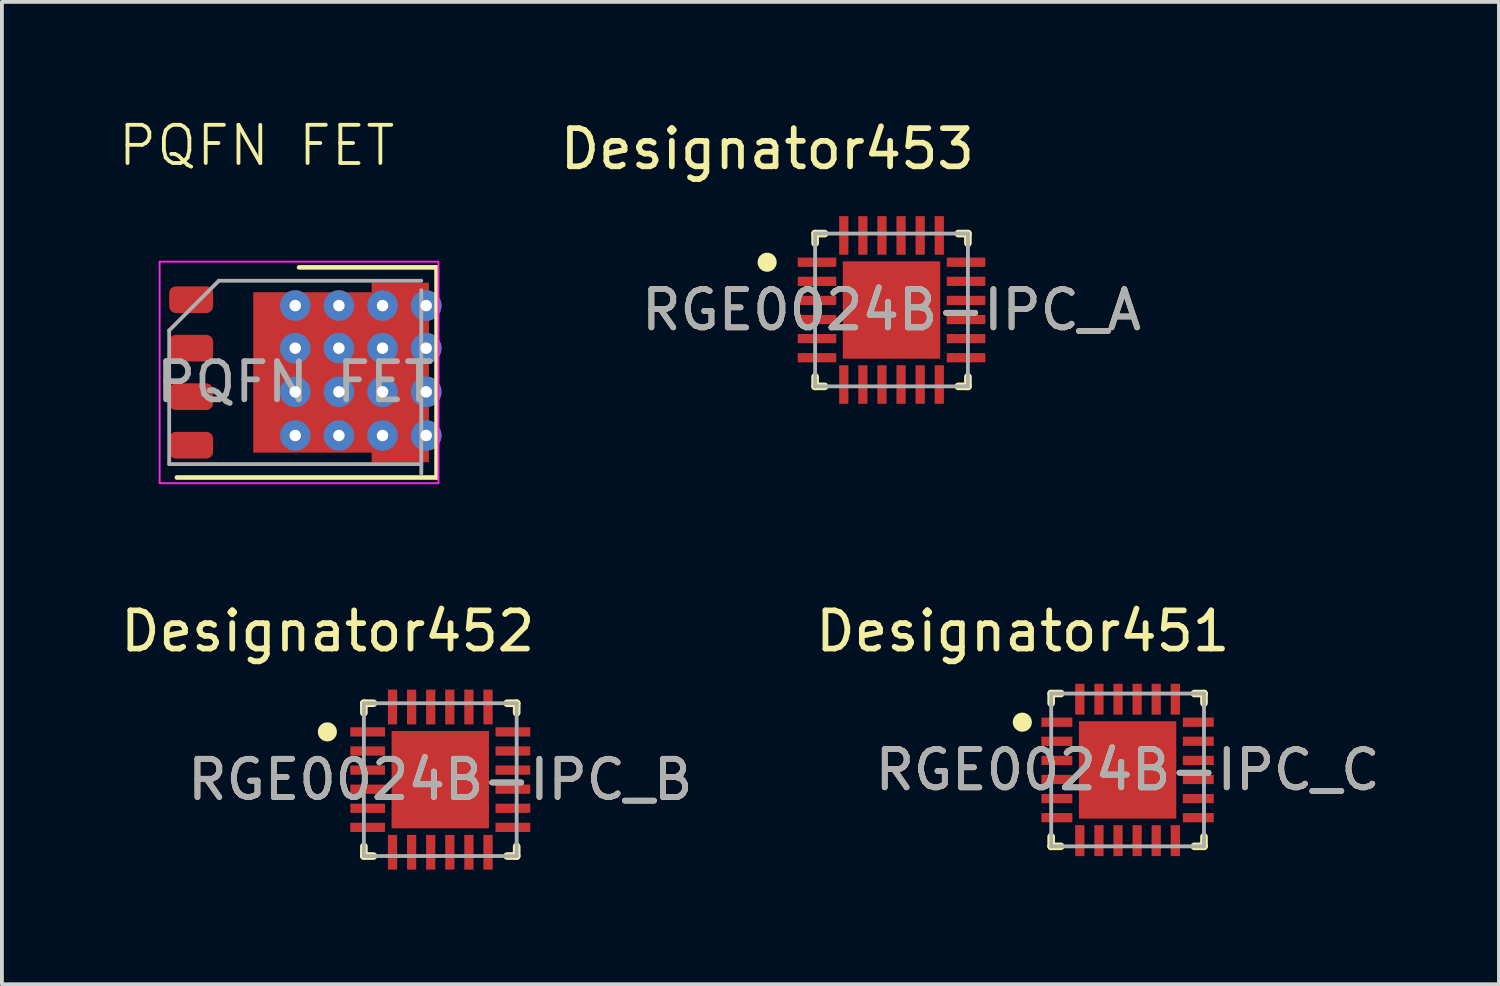
<source format=kicad_pcb>
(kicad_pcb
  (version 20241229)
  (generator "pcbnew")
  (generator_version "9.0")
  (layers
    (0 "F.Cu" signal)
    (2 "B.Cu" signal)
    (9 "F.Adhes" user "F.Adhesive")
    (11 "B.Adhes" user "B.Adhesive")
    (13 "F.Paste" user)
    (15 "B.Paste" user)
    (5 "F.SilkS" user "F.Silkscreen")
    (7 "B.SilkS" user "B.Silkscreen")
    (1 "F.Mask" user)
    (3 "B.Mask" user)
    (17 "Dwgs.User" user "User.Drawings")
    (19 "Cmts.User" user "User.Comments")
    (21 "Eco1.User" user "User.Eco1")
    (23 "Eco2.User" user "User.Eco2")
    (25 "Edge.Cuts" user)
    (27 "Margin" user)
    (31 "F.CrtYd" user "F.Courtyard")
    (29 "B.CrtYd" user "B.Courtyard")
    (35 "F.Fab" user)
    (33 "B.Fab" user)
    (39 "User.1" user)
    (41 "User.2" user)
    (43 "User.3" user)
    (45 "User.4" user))
  (footprint "PQFN FET"
    (layer "F.Cu")
    (at 4.679 6.7)
    (property "Reference" "PQFN FET" (at -1.01 -5.94 0) (unlocked yes) (layer "F.SilkS") (effects (font (size 1 1) (thickness 0.1))))
    (attr smd)
    (fp_line (start -3.1 2.75) (end 3.7 2.75) (stroke (width 0.12) (type solid)) (layer "F.SilkS"))
    (fp_line (start 3.7 -2.75) (end 0.1 -2.75) (stroke (width 0.12) (type solid)) (layer "F.SilkS"))
    (fp_line (start 3.7 2.75) (end 3.7 -2.75) (stroke (width 0.12) (type solid)) (layer "F.SilkS"))
    (fp_rect (start -3.55 -2.9) (end 3.75 2.9) (stroke (width 0.05) (type solid)) (fill no) (layer "F.CrtYd"))
    (fp_line (start -3.3 -1.1) (end -3.3 2.4) (stroke (width 0.1) (type solid)) (layer "F.Fab"))
    (fp_line (start -3.3 -1.1) (end -2 -2.4) (stroke (width 0.1) (type solid)) (layer "F.Fab"))
    (fp_line (start -3.3 2.4) (end 3.3 2.4) (stroke (width 0.1) (type solid)) (layer "F.Fab"))
    (fp_line (start 3.3 -2.4) (end -2 -2.4) (stroke (width 0.1) (type solid)) (layer "F.Fab"))
    (fp_line (start 3.3 2.65) (end 3.3 -2.15) (stroke (width 0.1) (type solid)) (layer "F.Fab"))
    (fp_text user "${REFERENCE}" (at 0 0.25 180) (layer "F.Fab") (effects (font (size 1 1) (thickness 0.15))))
    (pad "" smd rect (at -0.55 -0.9 90) (size 0.9 0.6) (layers "F.Paste"))
    (pad "" smd rect (at -0.55 0.25 90) (size 0.9 0.6) (layers "F.Paste"))
    (pad "" smd rect (at -0.55 1.4 90) (size 0.9 0.6) (layers "F.Paste"))
    (pad "" smd rect (at 0.3 -0.9 90) (size 0.9 0.6) (layers "F.Paste"))
    (pad "" smd rect (at 0.3 0.25 90) (size 0.9 0.6) (layers "F.Paste"))
    (pad "" smd rect (at 0.3 1.4 90) (size 0.9 0.6) (layers "F.Paste"))
    (pad "" smd rect (at 1.15 -0.9 90) (size 0.9 0.6) (layers "F.Paste"))
    (pad "" smd rect (at 1.15 0.25 90) (size 0.9 0.6) (layers "F.Paste"))
    (pad "" smd rect (at 1.15 1.4 90) (size 0.9 0.6) (layers "F.Paste"))
    (pad "" smd rect (at 2 -0.9 90) (size 0.9 0.6) (layers "F.Paste"))
    (pad "" smd rect (at 2 0.25 90) (size 0.9 0.6) (layers "F.Paste"))
    (pad "" smd rect (at 2 1.4 90) (size 0.9 0.6) (layers "F.Paste"))
    (pad "" smd rect (at 3 -1.655 90) (size 0.6 0.9) (layers "F.Paste"))
    (pad "" smd rect (at 3 -0.385 90) (size 0.6 0.9) (layers "F.Paste"))
    (pad "" smd rect (at 3 0.885 90) (size 0.6 0.9) (layers "F.Paste"))
    (pad "" smd rect (at 3 1.905 90) (size 0.6 0.9) (layers "F.Paste"))
    (pad "1" smd roundrect (at -2.725 1.905 90) (size 0.7 1.15) (layers "F.Cu" "F.Mask" "F.Paste") (roundrect_rratio 0.25))
    (pad "2" smd roundrect (at -2.725 -1.905 90) (size 0.7 1.15) (layers "F.Cu" "F.Mask" "F.Paste") (roundrect_rratio 0.25))
    (pad "2" smd roundrect (at -2.725 -0.635 90) (size 0.7 1.15) (layers "F.Cu" "F.Mask" "F.Paste") (roundrect_rratio 0.25))
    (pad "2" smd roundrect (at -2.725 0.635 90) (size 0.7 1.15) (layers "F.Cu" "F.Mask" "F.Paste") (roundrect_rratio 0.25))
    (pad "3" thru_hole circle (at 0 -1.75) (size 0.8 0.8) (drill 0.3) (layers "*.Cu" "*.Mask"))
    (pad "3" thru_hole circle (at 0 -0.635) (size 0.8 0.8) (drill 0.3) (layers "*.Cu" "*.Mask"))
    (pad "3" smd custom (at 0 0 90) (size 4 2) (layers "F.Cu" "F.Mask") (options (anchor rect)) (primitives (gr_poly (pts (xy -2.35 3.5) (xy 2.35 3.5) (xy 2.35 2) (xy 2.1 2) (xy 2.1 -1.1) (xy -2.1 -1.1) (xy -2.1 2) (xy -2.35 2)) (width 0) (fill yes))))
    (pad "3" thru_hole circle (at 0 0.508) (size 0.8 0.8) (drill 0.3) (layers "*.Cu" "*.Mask"))
    (pad "3" thru_hole circle (at 0 1.651) (size 0.8 0.8) (drill 0.3) (layers "*.Cu" "*.Mask"))
    (pad "3" thru_hole circle (at 1.143 -1.75) (size 0.8 0.8) (drill 0.3) (layers "*.Cu" "*.Mask"))
    (pad "3" thru_hole circle (at 1.143 -0.635) (size 0.8 0.8) (drill 0.3) (layers "*.Cu" "*.Mask"))
    (pad "3" thru_hole circle (at 1.143 0.508) (size 0.8 0.8) (drill 0.3) (layers "*.Cu" "*.Mask"))
    (pad "3" thru_hole circle (at 1.143 1.651) (size 0.8 0.8) (drill 0.3) (layers "*.Cu" "*.Mask"))
    (pad "3" thru_hole circle (at 2.286 -1.75) (size 0.8 0.8) (drill 0.3) (layers "*.Cu" "*.Mask"))
    (pad "3" thru_hole circle (at 2.286 -0.635) (size 0.8 0.8) (drill 0.3) (layers "*.Cu" "*.Mask"))
    (pad "3" thru_hole circle (at 2.286 0.508) (size 0.8 0.8) (drill 0.3) (layers "*.Cu" "*.Mask"))
    (pad "3" thru_hole circle (at 2.286 1.651) (size 0.8 0.8) (drill 0.3) (layers "*.Cu" "*.Mask"))
    (pad "3" thru_hole circle (at 3.429 -1.75) (size 0.8 0.8) (drill 0.3) (layers "*.Cu" "*.Mask"))
    (pad "3" thru_hole circle (at 3.429 -0.635) (size 0.8 0.8) (drill 0.3) (layers "*.Cu" "*.Mask"))
    (pad "3" thru_hole circle (at 3.429 0.508) (size 0.8 0.8) (drill 0.3) (layers "*.Cu" "*.Mask"))
    (pad "3" thru_hole circle (at 3.429 1.651) (size 0.8 0.8) (drill 0.3) (layers "*.Cu" "*.Mask")))
  (footprint "RGE0024B-IPC_B"
    (layer "F.Cu")
    (at 8.476 17.36)
    (property "Reference" "RGE0024B-IPC_B" (at 0 0 0) (unlocked yes) (layer "F.SilkS") (effects (font (size 1 1) (thickness 0.15))))
    (attr smd)
    (fp_line (start -2 -2) (end -1.75 -2) (stroke (width 0.2) (type solid)) (layer "F.SilkS"))
    (fp_line (start -2 -1.75) (end -2 -2) (stroke (width 0.2) (type solid)) (layer "F.SilkS"))
    (fp_line (start -2 2) (end -2 1.75) (stroke (width 0.2) (type solid)) (layer "F.SilkS"))
    (fp_line (start -2 2) (end -1.75 2) (stroke (width 0.2) (type solid)) (layer "F.SilkS"))
    (fp_line (start 1.75 -2) (end 2 -2) (stroke (width 0.2) (type solid)) (layer "F.SilkS"))
    (fp_line (start 1.75 2) (end 2 2) (stroke (width 0.2) (type solid)) (layer "F.SilkS"))
    (fp_line (start 2 -1.75) (end 2 -2) (stroke (width 0.2) (type solid)) (layer "F.SilkS"))
    (fp_line (start 2 2) (end 2 1.75) (stroke (width 0.2) (type solid)) (layer "F.SilkS"))
    (fp_circle (center -2.956 -1.25) (end -2.831 -1.25) (stroke (width 0.25) (type solid)) (fill no) (layer "F.SilkS"))
    (fp_poly (pts (xy -0.806 0.806) (xy 0.806 0.806) (xy 0.806 -0.806) (xy -0.806 -0.806)) (stroke (width 0) (type solid)) (fill yes) (layer "F.Paste"))
    (fp_line (start -2 -2) (end 2 -2) (stroke (width 0.1) (type solid)) (layer "F.Fab"))
    (fp_line (start -2 2) (end -2 -2) (stroke (width 0.1) (type solid)) (layer "F.Fab"))
    (fp_line (start -2 2) (end 2 2) (stroke (width 0.1) (type solid)) (layer "F.Fab"))
    (fp_line (start 2 2) (end 2 -2) (stroke (width 0.1) (type solid)) (layer "F.Fab"))
    (fp_text user "Designator452" (at -2.946 -3.886 0) (unlocked yes) (layer "F.SilkS") (effects (font (size 1 1) (thickness 0.15))))
    (fp_text user "${REFERENCE}" (at 0 0 0) (unlocked yes) (layer "F.Fab") (effects (font (size 1 1) (thickness 0.15))))
    (pad "1" smd rect (at -1.901 -1.25 90) (size 0.242 0.91) (layers "F.Cu" "F.Mask" "F.Paste"))
    (pad "2" smd rect (at -1.901 -0.75 90) (size 0.242 0.91) (layers "F.Cu" "F.Mask" "F.Paste"))
    (pad "3" smd rect (at -1.901 -0.25 90) (size 0.242 0.91) (layers "F.Cu" "F.Mask" "F.Paste"))
    (pad "4" smd rect (at -1.901 0.25 90) (size 0.242 0.91) (layers "F.Cu" "F.Mask" "F.Paste"))
    (pad "5" smd rect (at -1.901 0.75 90) (size 0.242 0.91) (layers "F.Cu" "F.Mask" "F.Paste"))
    (pad "6" smd rect (at -1.901 1.25 90) (size 0.242 0.91) (layers "F.Cu" "F.Mask" "F.Paste"))
    (pad "7" smd rect (at -1.25 1.901) (size 0.242 0.91) (layers "F.Cu" "F.Mask" "F.Paste"))
    (pad "8" smd rect (at -0.75 1.901) (size 0.242 0.91) (layers "F.Cu" "F.Mask" "F.Paste"))
    (pad "9" smd rect (at -0.25 1.901) (size 0.242 0.91) (layers "F.Cu" "F.Mask" "F.Paste"))
    (pad "10" smd rect (at 0.25 1.901) (size 0.242 0.91) (layers "F.Cu" "F.Mask" "F.Paste"))
    (pad "11" smd rect (at 0.75 1.901) (size 0.242 0.91) (layers "F.Cu" "F.Mask" "F.Paste"))
    (pad "12" smd rect (at 1.25 1.901) (size 0.242 0.91) (layers "F.Cu" "F.Mask" "F.Paste"))
    (pad "13" smd rect (at 1.901 1.25 90) (size 0.242 0.91) (layers "F.Cu" "F.Mask" "F.Paste"))
    (pad "14" smd rect (at 1.901 0.75 90) (size 0.242 0.91) (layers "F.Cu" "F.Mask" "F.Paste"))
    (pad "15" smd rect (at 1.901 0.25 90) (size 0.242 0.91) (layers "F.Cu" "F.Mask" "F.Paste"))
    (pad "16" smd rect (at 1.901 -0.25 90) (size 0.242 0.91) (layers "F.Cu" "F.Mask" "F.Paste"))
    (pad "17" smd rect (at 1.901 -0.75 90) (size 0.242 0.91) (layers "F.Cu" "F.Mask" "F.Paste"))
    (pad "18" smd rect (at 1.901 -1.25 90) (size 0.242 0.91) (layers "F.Cu" "F.Mask" "F.Paste"))
    (pad "19" smd rect (at 1.25 -1.901) (size 0.242 0.91) (layers "F.Cu" "F.Mask" "F.Paste"))
    (pad "20" smd rect (at 0.75 -1.901) (size 0.242 0.91) (layers "F.Cu" "F.Mask" "F.Paste"))
    (pad "21" smd rect (at 0.25 -1.901) (size 0.242 0.91) (layers "F.Cu" "F.Mask" "F.Paste"))
    (pad "22" smd rect (at -0.25 -1.901) (size 0.242 0.91) (layers "F.Cu" "F.Mask" "F.Paste"))
    (pad "23" smd rect (at -0.75 -1.901) (size 0.242 0.91) (layers "F.Cu" "F.Mask" "F.Paste"))
    (pad "24" smd rect (at -1.25 -1.901) (size 0.242 0.91) (layers "F.Cu" "F.Mask" "F.Paste"))
    (pad "25" smd rect (at 0 0) (size 2.55 2.55) (layers "F.Cu" "F.Mask")))
  (footprint "RGE0024B-IPC_A"
    (layer "F.Cu")
    (at 20.289 5.065)
    (property "Reference" "RGE0024B-IPC_A" (at 0 0 0) (unlocked yes) (layer "F.SilkS") (effects (font (size 1 1) (thickness 0.15))))
    (attr smd)
    (fp_line (start -2 -2) (end -1.75 -2) (stroke (width 0.2) (type solid)) (layer "F.SilkS"))
    (fp_line (start -2 -1.75) (end -2 -2) (stroke (width 0.2) (type solid)) (layer "F.SilkS"))
    (fp_line (start -2 2) (end -2 1.75) (stroke (width 0.2) (type solid)) (layer "F.SilkS"))
    (fp_line (start -2 2) (end -1.75 2) (stroke (width 0.2) (type solid)) (layer "F.SilkS"))
    (fp_line (start 1.75 -2) (end 2 -2) (stroke (width 0.2) (type solid)) (layer "F.SilkS"))
    (fp_line (start 1.75 2) (end 2 2) (stroke (width 0.2) (type solid)) (layer "F.SilkS"))
    (fp_line (start 2 -1.75) (end 2 -2) (stroke (width 0.2) (type solid)) (layer "F.SilkS"))
    (fp_line (start 2 2) (end 2 1.75) (stroke (width 0.2) (type solid)) (layer "F.SilkS"))
    (fp_circle (center -3.256 -1.25) (end -3.131 -1.25) (stroke (width 0.25) (type solid)) (fill no) (layer "F.SilkS"))
    (fp_poly (pts (xy -0.806 0.806) (xy 0.806 0.806) (xy 0.806 -0.806) (xy -0.806 -0.806)) (stroke (width 0) (type solid)) (fill yes) (layer "F.Paste"))
    (fp_line (start -2 -2) (end 2 -2) (stroke (width 0.1) (type solid)) (layer "F.Fab"))
    (fp_line (start -2 2) (end -2 -2) (stroke (width 0.1) (type solid)) (layer "F.Fab"))
    (fp_line (start -2 2) (end 2 2) (stroke (width 0.1) (type solid)) (layer "F.Fab"))
    (fp_line (start 2 2) (end 2 -2) (stroke (width 0.1) (type solid)) (layer "F.Fab"))
    (fp_text user "Designator453" (at -3.251 -4.216 0) (unlocked yes) (layer "F.SilkS") (effects (font (size 1 1) (thickness 0.15))))
    (fp_text user "${REFERENCE}" (at 0 0 0) (unlocked yes) (layer "F.Fab") (effects (font (size 1 1) (thickness 0.15))))
    (pad "1" smd rect (at -1.951 -1.25 90) (size 0.242 1.01) (layers "F.Cu" "F.Mask" "F.Paste"))
    (pad "2" smd rect (at -1.951 -0.75 90) (size 0.242 1.01) (layers "F.Cu" "F.Mask" "F.Paste"))
    (pad "3" smd rect (at -1.951 -0.25 90) (size 0.242 1.01) (layers "F.Cu" "F.Mask" "F.Paste"))
    (pad "4" smd rect (at -1.951 0.25 90) (size 0.242 1.01) (layers "F.Cu" "F.Mask" "F.Paste"))
    (pad "5" smd rect (at -1.951 0.75 90) (size 0.242 1.01) (layers "F.Cu" "F.Mask" "F.Paste"))
    (pad "6" smd rect (at -1.951 1.25 90) (size 0.242 1.01) (layers "F.Cu" "F.Mask" "F.Paste"))
    (pad "7" smd rect (at -1.25 1.951) (size 0.242 1.01) (layers "F.Cu" "F.Mask" "F.Paste"))
    (pad "8" smd rect (at -0.75 1.951) (size 0.242 1.01) (layers "F.Cu" "F.Mask" "F.Paste"))
    (pad "9" smd rect (at -0.25 1.951) (size 0.242 1.01) (layers "F.Cu" "F.Mask" "F.Paste"))
    (pad "10" smd rect (at 0.25 1.951) (size 0.242 1.01) (layers "F.Cu" "F.Mask" "F.Paste"))
    (pad "11" smd rect (at 0.75 1.951) (size 0.242 1.01) (layers "F.Cu" "F.Mask" "F.Paste"))
    (pad "12" smd rect (at 1.25 1.951) (size 0.242 1.01) (layers "F.Cu" "F.Mask" "F.Paste"))
    (pad "13" smd rect (at 1.951 1.25 90) (size 0.242 1.01) (layers "F.Cu" "F.Mask" "F.Paste"))
    (pad "14" smd rect (at 1.951 0.75 90) (size 0.242 1.01) (layers "F.Cu" "F.Mask" "F.Paste"))
    (pad "15" smd rect (at 1.951 0.25 90) (size 0.242 1.01) (layers "F.Cu" "F.Mask" "F.Paste"))
    (pad "16" smd rect (at 1.951 -0.25 90) (size 0.242 1.01) (layers "F.Cu" "F.Mask" "F.Paste"))
    (pad "17" smd rect (at 1.951 -0.75 90) (size 0.242 1.01) (layers "F.Cu" "F.Mask" "F.Paste"))
    (pad "18" smd rect (at 1.951 -1.25 90) (size 0.242 1.01) (layers "F.Cu" "F.Mask" "F.Paste"))
    (pad "19" smd rect (at 1.25 -1.951) (size 0.242 1.01) (layers "F.Cu" "F.Mask" "F.Paste"))
    (pad "20" smd rect (at 0.75 -1.951) (size 0.242 1.01) (layers "F.Cu" "F.Mask" "F.Paste"))
    (pad "21" smd rect (at 0.25 -1.951) (size 0.242 1.01) (layers "F.Cu" "F.Mask" "F.Paste"))
    (pad "22" smd rect (at -0.25 -1.951) (size 0.242 1.01) (layers "F.Cu" "F.Mask" "F.Paste"))
    (pad "23" smd rect (at -0.75 -1.951) (size 0.242 1.01) (layers "F.Cu" "F.Mask" "F.Paste"))
    (pad "24" smd rect (at -1.25 -1.951) (size 0.242 1.01) (layers "F.Cu" "F.Mask" "F.Paste"))
    (pad "25" smd rect (at 0 0) (size 2.55 2.55) (layers "F.Cu" "F.Mask")))
  (footprint "RGE0024B-IPC_C"
    (layer "F.Cu")
    (at 26.469 17.106)
    (property "Reference" "RGE0024B-IPC_C" (at 0 0 0) (unlocked yes) (layer "F.SilkS") (effects (font (size 1 1) (thickness 0.15))))
    (attr smd)
    (fp_line (start -2 -2) (end -1.75 -2) (stroke (width 0.2) (type solid)) (layer "F.SilkS"))
    (fp_line (start -2 -1.75) (end -2 -2) (stroke (width 0.2) (type solid)) (layer "F.SilkS"))
    (fp_line (start -2 2) (end -2 1.75) (stroke (width 0.2) (type solid)) (layer "F.SilkS"))
    (fp_line (start -2 2) (end -1.75 2) (stroke (width 0.2) (type solid)) (layer "F.SilkS"))
    (fp_line (start 1.75 -2) (end 2 -2) (stroke (width 0.2) (type solid)) (layer "F.SilkS"))
    (fp_line (start 1.75 2) (end 2 2) (stroke (width 0.2) (type solid)) (layer "F.SilkS"))
    (fp_line (start 2 -1.75) (end 2 -2) (stroke (width 0.2) (type solid)) (layer "F.SilkS"))
    (fp_line (start 2 2) (end 2 1.75) (stroke (width 0.2) (type solid)) (layer "F.SilkS"))
    (fp_circle (center -2.756 -1.25) (end -2.631 -1.25) (stroke (width 0.25) (type solid)) (fill no) (layer "F.SilkS"))
    (fp_poly (pts (xy -0.806 0.806) (xy 0.806 0.806) (xy 0.806 -0.806) (xy -0.806 -0.806)) (stroke (width 0) (type solid)) (fill yes) (layer "F.Paste"))
    (fp_line (start -2 -2) (end 2 -2) (stroke (width 0.1) (type solid)) (layer "F.Fab"))
    (fp_line (start -2 2) (end -2 -2) (stroke (width 0.1) (type solid)) (layer "F.Fab"))
    (fp_line (start -2 2) (end 2 2) (stroke (width 0.1) (type solid)) (layer "F.Fab"))
    (fp_line (start 2 2) (end 2 -2) (stroke (width 0.1) (type solid)) (layer "F.Fab"))
    (fp_text user "Designator451" (at -2.743 -3.632 0) (unlocked yes) (layer "F.SilkS") (effects (font (size 1 1) (thickness 0.15))))
    (fp_text user "${REFERENCE}" (at 0 0 0) (unlocked yes) (layer "F.Fab") (effects (font (size 1 1) (thickness 0.15))))
    (pad "1" smd rect (at -1.851 -1.25 90) (size 0.242 0.81) (layers "F.Cu" "F.Mask" "F.Paste"))
    (pad "2" smd rect (at -1.851 -0.75 90) (size 0.242 0.81) (layers "F.Cu" "F.Mask" "F.Paste"))
    (pad "3" smd rect (at -1.851 -0.25 90) (size 0.242 0.81) (layers "F.Cu" "F.Mask" "F.Paste"))
    (pad "4" smd rect (at -1.851 0.25 90) (size 0.242 0.81) (layers "F.Cu" "F.Mask" "F.Paste"))
    (pad "5" smd rect (at -1.851 0.75 90) (size 0.242 0.81) (layers "F.Cu" "F.Mask" "F.Paste"))
    (pad "6" smd rect (at -1.851 1.25 90) (size 0.242 0.81) (layers "F.Cu" "F.Mask" "F.Paste"))
    (pad "7" smd rect (at -1.25 1.851) (size 0.242 0.81) (layers "F.Cu" "F.Mask" "F.Paste"))
    (pad "8" smd rect (at -0.75 1.851) (size 0.242 0.81) (layers "F.Cu" "F.Mask" "F.Paste"))
    (pad "9" smd rect (at -0.25 1.851) (size 0.242 0.81) (layers "F.Cu" "F.Mask" "F.Paste"))
    (pad "10" smd rect (at 0.25 1.851) (size 0.242 0.81) (layers "F.Cu" "F.Mask" "F.Paste"))
    (pad "11" smd rect (at 0.75 1.851) (size 0.242 0.81) (layers "F.Cu" "F.Mask" "F.Paste"))
    (pad "12" smd rect (at 1.25 1.851) (size 0.242 0.81) (layers "F.Cu" "F.Mask" "F.Paste"))
    (pad "13" smd rect (at 1.851 1.25 90) (size 0.242 0.81) (layers "F.Cu" "F.Mask" "F.Paste"))
    (pad "14" smd rect (at 1.851 0.75 90) (size 0.242 0.81) (layers "F.Cu" "F.Mask" "F.Paste"))
    (pad "15" smd rect (at 1.851 0.25 90) (size 0.242 0.81) (layers "F.Cu" "F.Mask" "F.Paste"))
    (pad "16" smd rect (at 1.851 -0.25 90) (size 0.242 0.81) (layers "F.Cu" "F.Mask" "F.Paste"))
    (pad "17" smd rect (at 1.851 -0.75 90) (size 0.242 0.81) (layers "F.Cu" "F.Mask" "F.Paste"))
    (pad "18" smd rect (at 1.851 -1.25 90) (size 0.242 0.81) (layers "F.Cu" "F.Mask" "F.Paste"))
    (pad "19" smd rect (at 1.25 -1.851) (size 0.242 0.81) (layers "F.Cu" "F.Mask" "F.Paste"))
    (pad "20" smd rect (at 0.75 -1.851) (size 0.242 0.81) (layers "F.Cu" "F.Mask" "F.Paste"))
    (pad "21" smd rect (at 0.25 -1.851) (size 0.242 0.81) (layers "F.Cu" "F.Mask" "F.Paste"))
    (pad "22" smd rect (at -0.25 -1.851) (size 0.242 0.81) (layers "F.Cu" "F.Mask" "F.Paste"))
    (pad "23" smd rect (at -0.75 -1.851) (size 0.242 0.81) (layers "F.Cu" "F.Mask" "F.Paste"))
    (pad "24" smd rect (at -1.25 -1.851) (size 0.242 0.81) (layers "F.Cu" "F.Mask" "F.Paste"))
    (pad "25" smd rect (at 0 0) (size 2.55 2.55) (layers "F.Cu" "F.Mask")))
  (gr_rect
    (start -3 -3)
    (end 36.19 22.716)
    (stroke (width 0.1) (type default))
    (fill no)
    (layer "Edge.Cuts")))
</source>
